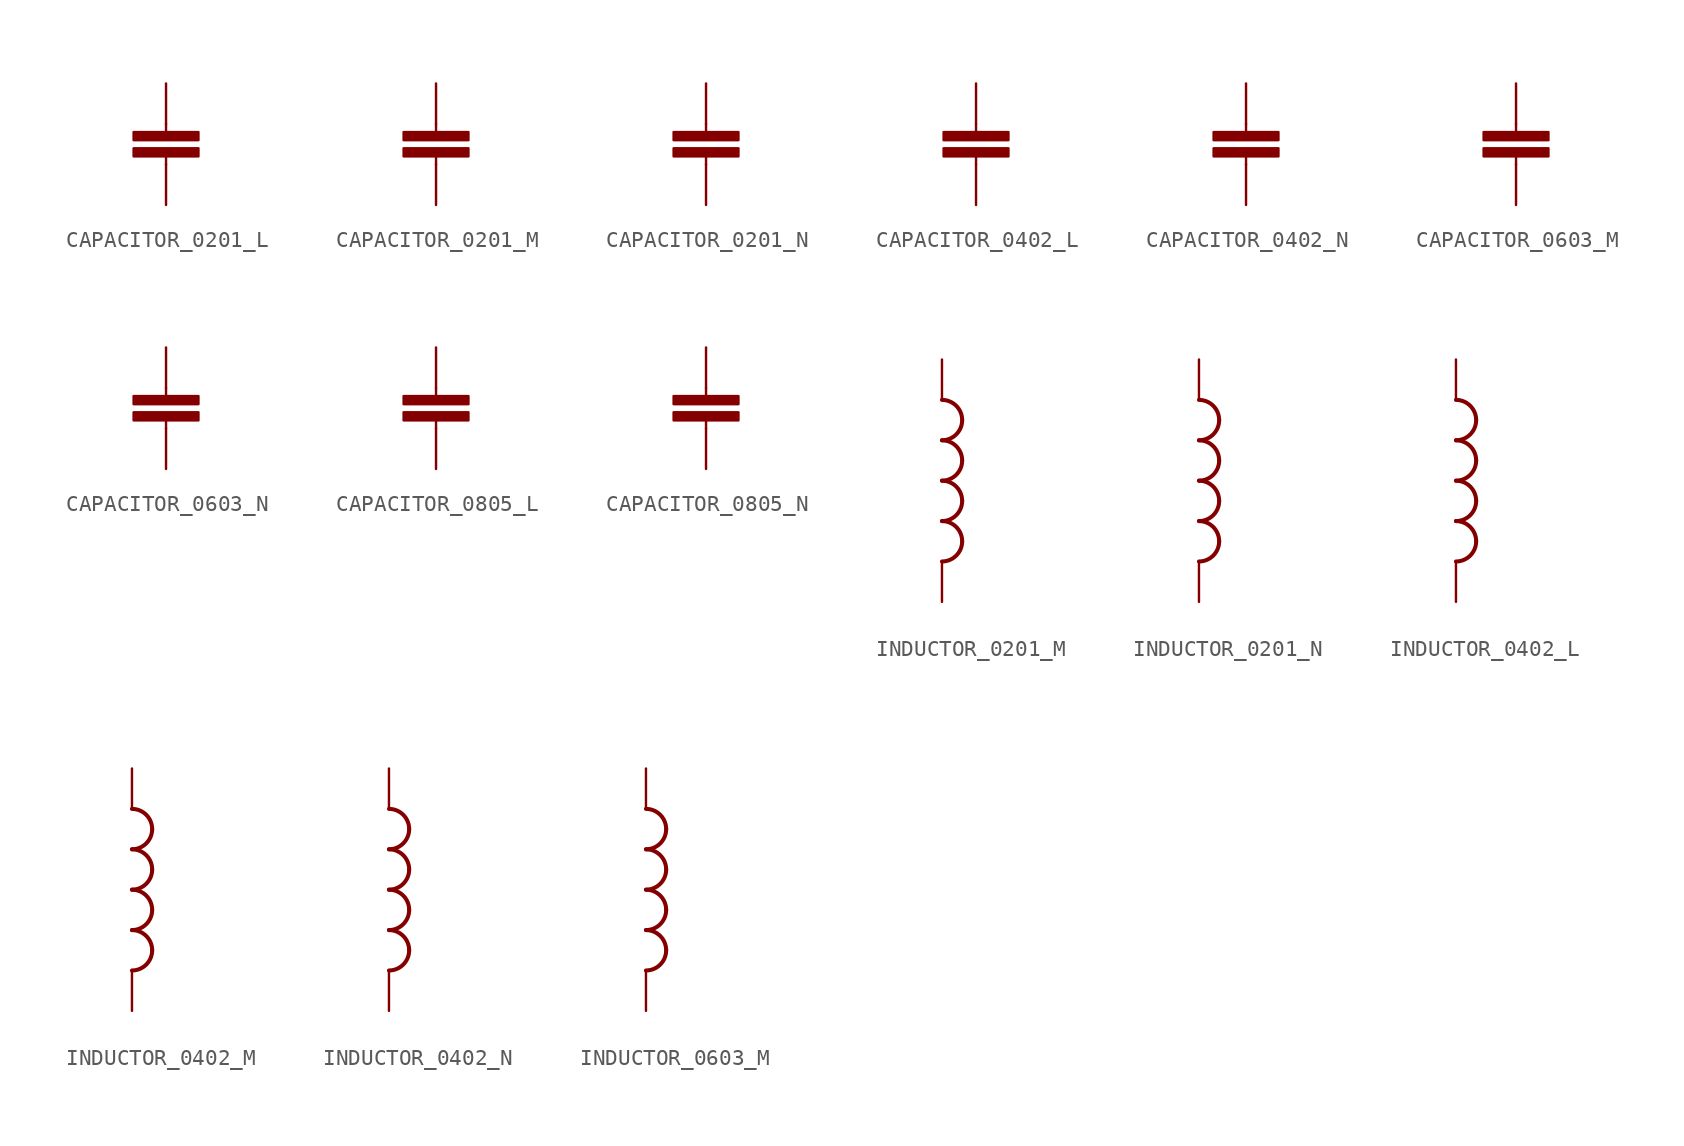
<source format=kicad_sym>
(kicad_symbol_lib
  (version 20220914)
  (generator kicad_symbol_editor)
  (symbol "CAPACITOR_0201_L"
    (property "Reference" ""
      (at 1.524 0.381 0)
      (effects (font (size 1.778 1.511)) (justify left bottom) hide))
    (property "Value" ""
      (at 1.524 -4.699 0)
      (effects (font (size 1.778 1.511)) (justify left bottom)))
    (property "ki_locked" ""
      (at 0 0 0)
      (effects (font (size 1.27 1.27))))
    (symbol "CAPACITOR_0201_L_1_0"
      (rectangle (start -2.032 -2.032) (end 2.032 -1.524) (stroke (width 0) (type default)) (fill (type outline)))
      (rectangle (start -2.032 -1.016) (end 2.032 -0.508) (stroke (width 0) (type default)) (fill (type outline)))
      (polyline (pts (xy 0 -2.54) (xy 0 -2.032)) (stroke (width 0.152) (type solid)) (fill (type none)))
      (polyline (pts (xy 0 0) (xy 0 -0.508)) (stroke (width 0.152) (type solid)) (fill (type none)))
      (pin passive line (at 0 2.54 270) (length 2.54) (name "1" (effects (font (size 0 0)))) (number "1" (effects (font (size 0 0)))))
      (pin passive line (at 0 -5.08 90) (length 2.54) (name "2" (effects (font (size 0 0)))) (number "2" (effects (font (size 0 0)))))))
  (symbol "CAPACITOR_0201_M"
    (property "Reference" ""
      (at 1.524 0.381 0)
      (effects (font (size 1.778 1.511)) (justify left bottom) hide))
    (property "Value" ""
      (at 1.524 -4.699 0)
      (effects (font (size 1.778 1.511)) (justify left bottom)))
    (property "ki_locked" ""
      (at 0 0 0)
      (effects (font (size 1.27 1.27))))
    (symbol "CAPACITOR_0201_M_1_0"
      (rectangle (start -2.032 -2.032) (end 2.032 -1.524) (stroke (width 0) (type default)) (fill (type outline)))
      (rectangle (start -2.032 -1.016) (end 2.032 -0.508) (stroke (width 0) (type default)) (fill (type outline)))
      (polyline (pts (xy 0 -2.54) (xy 0 -2.032)) (stroke (width 0.152) (type solid)) (fill (type none)))
      (polyline (pts (xy 0 0) (xy 0 -0.508)) (stroke (width 0.152) (type solid)) (fill (type none)))
      (pin passive line (at 0 2.54 270) (length 2.54) (name "1" (effects (font (size 0 0)))) (number "1" (effects (font (size 0 0)))))
      (pin passive line (at 0 -5.08 90) (length 2.54) (name "2" (effects (font (size 0 0)))) (number "2" (effects (font (size 0 0)))))))
  (symbol "CAPACITOR_0201_N"
    (property "Reference" ""
      (at 1.524 0.381 0)
      (effects (font (size 1.778 1.511)) (justify left bottom) hide))
    (property "Value" ""
      (at 1.524 -4.699 0)
      (effects (font (size 1.778 1.511)) (justify left bottom)))
    (property "ki_locked" ""
      (at 0 0 0)
      (effects (font (size 1.27 1.27))))
    (symbol "CAPACITOR_0201_N_1_0"
      (rectangle (start -2.032 -2.032) (end 2.032 -1.524) (stroke (width 0) (type default)) (fill (type outline)))
      (rectangle (start -2.032 -1.016) (end 2.032 -0.508) (stroke (width 0) (type default)) (fill (type outline)))
      (polyline (pts (xy 0 -2.54) (xy 0 -2.032)) (stroke (width 0.152) (type solid)) (fill (type none)))
      (polyline (pts (xy 0 0) (xy 0 -0.508)) (stroke (width 0.152) (type solid)) (fill (type none)))
      (pin passive line (at 0 2.54 270) (length 2.54) (name "1" (effects (font (size 0 0)))) (number "1" (effects (font (size 0 0)))))
      (pin passive line (at 0 -5.08 90) (length 2.54) (name "2" (effects (font (size 0 0)))) (number "2" (effects (font (size 0 0)))))))
  (symbol "CAPACITOR_0402_L"
    (property "Reference" ""
      (at 1.524 0.381 0)
      (effects (font (size 1.778 1.511)) (justify left bottom) hide))
    (property "Value" ""
      (at 1.524 -4.699 0)
      (effects (font (size 1.778 1.511)) (justify left bottom)))
    (property "ki_locked" ""
      (at 0 0 0)
      (effects (font (size 1.27 1.27))))
    (symbol "CAPACITOR_0402_L_1_0"
      (rectangle (start -2.032 -2.032) (end 2.032 -1.524) (stroke (width 0) (type default)) (fill (type outline)))
      (rectangle (start -2.032 -1.016) (end 2.032 -0.508) (stroke (width 0) (type default)) (fill (type outline)))
      (polyline (pts (xy 0 -2.54) (xy 0 -2.032)) (stroke (width 0.152) (type solid)) (fill (type none)))
      (polyline (pts (xy 0 0) (xy 0 -0.508)) (stroke (width 0.152) (type solid)) (fill (type none)))
      (pin passive line (at 0 2.54 270) (length 2.54) (name "1" (effects (font (size 0 0)))) (number "1" (effects (font (size 0 0)))))
      (pin passive line (at 0 -5.08 90) (length 2.54) (name "2" (effects (font (size 0 0)))) (number "2" (effects (font (size 0 0)))))))
  (symbol "CAPACITOR_0402_N"
    (property "Reference" ""
      (at 1.524 0.381 0)
      (effects (font (size 1.778 1.511)) (justify left bottom) hide))
    (property "Value" ""
      (at 1.524 -4.699 0)
      (effects (font (size 1.778 1.511)) (justify left bottom)))
    (property "ki_locked" ""
      (at 0 0 0)
      (effects (font (size 1.27 1.27))))
    (symbol "CAPACITOR_0402_N_1_0"
      (rectangle (start -2.032 -2.032) (end 2.032 -1.524) (stroke (width 0) (type default)) (fill (type outline)))
      (rectangle (start -2.032 -1.016) (end 2.032 -0.508) (stroke (width 0) (type default)) (fill (type outline)))
      (polyline (pts (xy 0 -2.54) (xy 0 -2.032)) (stroke (width 0.152) (type solid)) (fill (type none)))
      (polyline (pts (xy 0 0) (xy 0 -0.508)) (stroke (width 0.152) (type solid)) (fill (type none)))
      (pin passive line (at 0 2.54 270) (length 2.54) (name "1" (effects (font (size 0 0)))) (number "1" (effects (font (size 0 0)))))
      (pin passive line (at 0 -5.08 90) (length 2.54) (name "2" (effects (font (size 0 0)))) (number "2" (effects (font (size 0 0)))))))
  (symbol "CAPACITOR_0603_M"
    (property "Reference" ""
      (at 1.524 0.381 0)
      (effects (font (size 1.778 1.511)) (justify left bottom) hide))
    (property "Value" ""
      (at 1.524 -4.699 0)
      (effects (font (size 1.778 1.511)) (justify left bottom)))
    (property "ki_locked" ""
      (at 0 0 0)
      (effects (font (size 1.27 1.27))))
    (symbol "CAPACITOR_0603_M_1_0"
      (rectangle (start -2.032 -2.032) (end 2.032 -1.524) (stroke (width 0) (type default)) (fill (type outline)))
      (rectangle (start -2.032 -1.016) (end 2.032 -0.508) (stroke (width 0) (type default)) (fill (type outline)))
      (polyline (pts (xy 0 -2.54) (xy 0 -2.032)) (stroke (width 0.152) (type solid)) (fill (type none)))
      (polyline (pts (xy 0 0) (xy 0 -0.508)) (stroke (width 0.152) (type solid)) (fill (type none)))
      (pin passive line (at 0 2.54 270) (length 2.54) (name "1" (effects (font (size 0 0)))) (number "1" (effects (font (size 0 0)))))
      (pin passive line (at 0 -5.08 90) (length 2.54) (name "2" (effects (font (size 0 0)))) (number "2" (effects (font (size 0 0)))))))
  (symbol "CAPACITOR_0603_N"
    (property "Reference" ""
      (at 1.524 0.381 0)
      (effects (font (size 1.778 1.511)) (justify left bottom) hide))
    (property "Value" ""
      (at 1.524 -4.699 0)
      (effects (font (size 1.778 1.511)) (justify left bottom)))
    (property "ki_locked" ""
      (at 0 0 0)
      (effects (font (size 1.27 1.27))))
    (symbol "CAPACITOR_0603_N_1_0"
      (rectangle (start -2.032 -2.032) (end 2.032 -1.524) (stroke (width 0) (type default)) (fill (type outline)))
      (rectangle (start -2.032 -1.016) (end 2.032 -0.508) (stroke (width 0) (type default)) (fill (type outline)))
      (polyline (pts (xy 0 -2.54) (xy 0 -2.032)) (stroke (width 0.152) (type solid)) (fill (type none)))
      (polyline (pts (xy 0 0) (xy 0 -0.508)) (stroke (width 0.152) (type solid)) (fill (type none)))
      (pin passive line (at 0 2.54 270) (length 2.54) (name "1" (effects (font (size 0 0)))) (number "1" (effects (font (size 0 0)))))
      (pin passive line (at 0 -5.08 90) (length 2.54) (name "2" (effects (font (size 0 0)))) (number "2" (effects (font (size 0 0)))))))
  (symbol "CAPACITOR_0805_L"
    (property "Reference" ""
      (at 1.524 0.381 0)
      (effects (font (size 1.778 1.511)) (justify left bottom) hide))
    (property "Value" ""
      (at 1.524 -4.699 0)
      (effects (font (size 1.778 1.511)) (justify left bottom)))
    (property "ki_locked" ""
      (at 0 0 0)
      (effects (font (size 1.27 1.27))))
    (symbol "CAPACITOR_0805_L_1_0"
      (rectangle (start -2.032 -2.032) (end 2.032 -1.524) (stroke (width 0) (type default)) (fill (type outline)))
      (rectangle (start -2.032 -1.016) (end 2.032 -0.508) (stroke (width 0) (type default)) (fill (type outline)))
      (polyline (pts (xy 0 -2.54) (xy 0 -2.032)) (stroke (width 0.152) (type solid)) (fill (type none)))
      (polyline (pts (xy 0 0) (xy 0 -0.508)) (stroke (width 0.152) (type solid)) (fill (type none)))
      (pin passive line (at 0 2.54 270) (length 2.54) (name "1" (effects (font (size 0 0)))) (number "1" (effects (font (size 0 0)))))
      (pin passive line (at 0 -5.08 90) (length 2.54) (name "2" (effects (font (size 0 0)))) (number "2" (effects (font (size 0 0)))))))
  (symbol "CAPACITOR_0805_N"
    (property "Reference" ""
      (at 1.524 0.381 0)
      (effects (font (size 1.778 1.511)) (justify left bottom) hide))
    (property "Value" ""
      (at 1.524 -4.699 0)
      (effects (font (size 1.778 1.511)) (justify left bottom)))
    (property "ki_locked" ""
      (at 0 0 0)
      (effects (font (size 1.27 1.27))))
    (symbol "CAPACITOR_0805_N_1_0"
      (rectangle (start -2.032 -2.032) (end 2.032 -1.524) (stroke (width 0) (type default)) (fill (type outline)))
      (rectangle (start -2.032 -1.016) (end 2.032 -0.508) (stroke (width 0) (type default)) (fill (type outline)))
      (polyline (pts (xy 0 -2.54) (xy 0 -2.032)) (stroke (width 0.152) (type solid)) (fill (type none)))
      (polyline (pts (xy 0 0) (xy 0 -0.508)) (stroke (width 0.152) (type solid)) (fill (type none)))
      (pin passive line (at 0 2.54 270) (length 2.54) (name "1" (effects (font (size 0 0)))) (number "1" (effects (font (size 0 0)))))
      (pin passive line (at 0 -5.08 90) (length 2.54) (name "2" (effects (font (size 0 0)))) (number "2" (effects (font (size 0 0)))))))
  (symbol "INDUCTOR_0201_M"
    (property "Reference" ""
      (at -1.27 -5.08 90)
      (effects (font (size 1.778 1.511)) (justify left bottom) hide))
    (property "Value" ""
      (at 3.81 -5.08 90)
      (effects (font (size 1.778 1.511)) (justify left bottom)))
    (property "ki_locked" ""
      (at 0 0 0)
      (effects (font (size 1.27 1.27))))
    (symbol "INDUCTOR_0201_M_1_0"
      (arc (start 0 -5.08) (mid 0.898 -4.708) (end 1.27 -3.81) (stroke (width 0.254) (type solid)) (fill (type none)))
      (arc (start 0 -2.54) (mid 0.898 -2.168) (end 1.27 -1.27) (stroke (width 0.254) (type solid)) (fill (type none)))
      (arc (start 0 0) (mid 0.898 0.372) (end 1.27 1.27) (stroke (width 0.254) (type solid)) (fill (type none)))
      (arc (start 0 2.54) (mid 0.898 2.912) (end 1.27 3.81) (stroke (width 0.254) (type solid)) (fill (type none)))
      (arc (start 1.27 -3.81) (mid 0.898 -2.912) (end 0 -2.54) (stroke (width 0.254) (type solid)) (fill (type none)))
      (arc (start 1.27 -1.27) (mid 0.898 -0.372) (end 0 0) (stroke (width 0.254) (type solid)) (fill (type none)))
      (arc (start 1.27 1.27) (mid 0.898 2.168) (end 0 2.54) (stroke (width 0.254) (type solid)) (fill (type none)))
      (arc (start 1.27 3.81) (mid 0.898 4.708) (end 0 5.08) (stroke (width 0.254) (type solid)) (fill (type none)))
      (pin passive line (at 0 7.62 270) (length 2.54) (name "1" (effects (font (size 0 0)))) (number "1" (effects (font (size 0 0)))))
      (pin passive line (at 0 -7.62 90) (length 2.54) (name "2" (effects (font (size 0 0)))) (number "2" (effects (font (size 0 0)))))))
  (symbol "INDUCTOR_0201_N"
    (property "Reference" ""
      (at -1.27 -5.08 90)
      (effects (font (size 1.778 1.511)) (justify left bottom) hide))
    (property "Value" ""
      (at 3.81 -5.08 90)
      (effects (font (size 1.778 1.511)) (justify left bottom)))
    (property "ki_locked" ""
      (at 0 0 0)
      (effects (font (size 1.27 1.27))))
    (symbol "INDUCTOR_0201_N_1_0"
      (arc (start 0 -5.08) (mid 0.898 -4.708) (end 1.27 -3.81) (stroke (width 0.254) (type solid)) (fill (type none)))
      (arc (start 0 -2.54) (mid 0.898 -2.168) (end 1.27 -1.27) (stroke (width 0.254) (type solid)) (fill (type none)))
      (arc (start 0 0) (mid 0.898 0.372) (end 1.27 1.27) (stroke (width 0.254) (type solid)) (fill (type none)))
      (arc (start 0 2.54) (mid 0.898 2.912) (end 1.27 3.81) (stroke (width 0.254) (type solid)) (fill (type none)))
      (arc (start 1.27 -3.81) (mid 0.898 -2.912) (end 0 -2.54) (stroke (width 0.254) (type solid)) (fill (type none)))
      (arc (start 1.27 -1.27) (mid 0.898 -0.372) (end 0 0) (stroke (width 0.254) (type solid)) (fill (type none)))
      (arc (start 1.27 1.27) (mid 0.898 2.168) (end 0 2.54) (stroke (width 0.254) (type solid)) (fill (type none)))
      (arc (start 1.27 3.81) (mid 0.898 4.708) (end 0 5.08) (stroke (width 0.254) (type solid)) (fill (type none)))
      (pin passive line (at 0 7.62 270) (length 2.54) (name "1" (effects (font (size 0 0)))) (number "1" (effects (font (size 0 0)))))
      (pin passive line (at 0 -7.62 90) (length 2.54) (name "2" (effects (font (size 0 0)))) (number "2" (effects (font (size 0 0)))))))
  (symbol "INDUCTOR_0402_L"
    (property "Reference" ""
      (at -1.27 -5.08 90)
      (effects (font (size 1.778 1.511)) (justify left bottom) hide))
    (property "Value" ""
      (at 3.81 -5.08 90)
      (effects (font (size 1.778 1.511)) (justify left bottom)))
    (property "ki_locked" ""
      (at 0 0 0)
      (effects (font (size 1.27 1.27))))
    (symbol "INDUCTOR_0402_L_1_0"
      (arc (start 0 -5.08) (mid 0.898 -4.708) (end 1.27 -3.81) (stroke (width 0.254) (type solid)) (fill (type none)))
      (arc (start 0 -2.54) (mid 0.898 -2.168) (end 1.27 -1.27) (stroke (width 0.254) (type solid)) (fill (type none)))
      (arc (start 0 0) (mid 0.898 0.372) (end 1.27 1.27) (stroke (width 0.254) (type solid)) (fill (type none)))
      (arc (start 0 2.54) (mid 0.898 2.912) (end 1.27 3.81) (stroke (width 0.254) (type solid)) (fill (type none)))
      (arc (start 1.27 -3.81) (mid 0.898 -2.912) (end 0 -2.54) (stroke (width 0.254) (type solid)) (fill (type none)))
      (arc (start 1.27 -1.27) (mid 0.898 -0.372) (end 0 0) (stroke (width 0.254) (type solid)) (fill (type none)))
      (arc (start 1.27 1.27) (mid 0.898 2.168) (end 0 2.54) (stroke (width 0.254) (type solid)) (fill (type none)))
      (arc (start 1.27 3.81) (mid 0.898 4.708) (end 0 5.08) (stroke (width 0.254) (type solid)) (fill (type none)))
      (pin passive line (at 0 7.62 270) (length 2.54) (name "1" (effects (font (size 0 0)))) (number "1" (effects (font (size 0 0)))))
      (pin passive line (at 0 -7.62 90) (length 2.54) (name "2" (effects (font (size 0 0)))) (number "2" (effects (font (size 0 0)))))))
  (symbol "INDUCTOR_0402_M"
    (property "Reference" ""
      (at -1.27 -5.08 90)
      (effects (font (size 1.778 1.511)) (justify left bottom) hide))
    (property "Value" ""
      (at 3.81 -5.08 90)
      (effects (font (size 1.778 1.511)) (justify left bottom)))
    (property "ki_locked" ""
      (at 0 0 0)
      (effects (font (size 1.27 1.27))))
    (symbol "INDUCTOR_0402_M_1_0"
      (arc (start 0 -5.08) (mid 0.898 -4.708) (end 1.27 -3.81) (stroke (width 0.254) (type solid)) (fill (type none)))
      (arc (start 0 -2.54) (mid 0.898 -2.168) (end 1.27 -1.27) (stroke (width 0.254) (type solid)) (fill (type none)))
      (arc (start 0 0) (mid 0.898 0.372) (end 1.27 1.27) (stroke (width 0.254) (type solid)) (fill (type none)))
      (arc (start 0 2.54) (mid 0.898 2.912) (end 1.27 3.81) (stroke (width 0.254) (type solid)) (fill (type none)))
      (arc (start 1.27 -3.81) (mid 0.898 -2.912) (end 0 -2.54) (stroke (width 0.254) (type solid)) (fill (type none)))
      (arc (start 1.27 -1.27) (mid 0.898 -0.372) (end 0 0) (stroke (width 0.254) (type solid)) (fill (type none)))
      (arc (start 1.27 1.27) (mid 0.898 2.168) (end 0 2.54) (stroke (width 0.254) (type solid)) (fill (type none)))
      (arc (start 1.27 3.81) (mid 0.898 4.708) (end 0 5.08) (stroke (width 0.254) (type solid)) (fill (type none)))
      (pin passive line (at 0 7.62 270) (length 2.54) (name "1" (effects (font (size 0 0)))) (number "1" (effects (font (size 0 0)))))
      (pin passive line (at 0 -7.62 90) (length 2.54) (name "2" (effects (font (size 0 0)))) (number "2" (effects (font (size 0 0)))))))
  (symbol "INDUCTOR_0402_N"
    (property "Reference" ""
      (at -1.27 -5.08 90)
      (effects (font (size 1.778 1.511)) (justify left bottom) hide))
    (property "Value" ""
      (at 3.81 -5.08 90)
      (effects (font (size 1.778 1.511)) (justify left bottom)))
    (property "ki_locked" ""
      (at 0 0 0)
      (effects (font (size 1.27 1.27))))
    (symbol "INDUCTOR_0402_N_1_0"
      (arc (start 0 -5.08) (mid 0.898 -4.708) (end 1.27 -3.81) (stroke (width 0.254) (type solid)) (fill (type none)))
      (arc (start 0 -2.54) (mid 0.898 -2.168) (end 1.27 -1.27) (stroke (width 0.254) (type solid)) (fill (type none)))
      (arc (start 0 0) (mid 0.898 0.372) (end 1.27 1.27) (stroke (width 0.254) (type solid)) (fill (type none)))
      (arc (start 0 2.54) (mid 0.898 2.912) (end 1.27 3.81) (stroke (width 0.254) (type solid)) (fill (type none)))
      (arc (start 1.27 -3.81) (mid 0.898 -2.912) (end 0 -2.54) (stroke (width 0.254) (type solid)) (fill (type none)))
      (arc (start 1.27 -1.27) (mid 0.898 -0.372) (end 0 0) (stroke (width 0.254) (type solid)) (fill (type none)))
      (arc (start 1.27 1.27) (mid 0.898 2.168) (end 0 2.54) (stroke (width 0.254) (type solid)) (fill (type none)))
      (arc (start 1.27 3.81) (mid 0.898 4.708) (end 0 5.08) (stroke (width 0.254) (type solid)) (fill (type none)))
      (pin passive line (at 0 7.62 270) (length 2.54) (name "1" (effects (font (size 0 0)))) (number "1" (effects (font (size 0 0)))))
      (pin passive line (at 0 -7.62 90) (length 2.54) (name "2" (effects (font (size 0 0)))) (number "2" (effects (font (size 0 0)))))))
  (symbol "INDUCTOR_0603_M"
    (property "Reference" ""
      (at -1.27 -5.08 90)
      (effects (font (size 1.778 1.511)) (justify left bottom) hide))
    (property "Value" ""
      (at 3.81 -5.08 90)
      (effects (font (size 1.778 1.511)) (justify left bottom)))
    (property "ki_locked" ""
      (at 0 0 0)
      (effects (font (size 1.27 1.27))))
    (symbol "INDUCTOR_0603_M_1_0"
      (arc (start 0 -5.08) (mid 0.898 -4.708) (end 1.27 -3.81) (stroke (width 0.254) (type solid)) (fill (type none)))
      (arc (start 0 -2.54) (mid 0.898 -2.168) (end 1.27 -1.27) (stroke (width 0.254) (type solid)) (fill (type none)))
      (arc (start 0 0) (mid 0.898 0.372) (end 1.27 1.27) (stroke (width 0.254) (type solid)) (fill (type none)))
      (arc (start 0 2.54) (mid 0.898 2.912) (end 1.27 3.81) (stroke (width 0.254) (type solid)) (fill (type none)))
      (arc (start 1.27 -3.81) (mid 0.898 -2.912) (end 0 -2.54) (stroke (width 0.254) (type solid)) (fill (type none)))
      (arc (start 1.27 -1.27) (mid 0.898 -0.372) (end 0 0) (stroke (width 0.254) (type solid)) (fill (type none)))
      (arc (start 1.27 1.27) (mid 0.898 2.168) (end 0 2.54) (stroke (width 0.254) (type solid)) (fill (type none)))
      (arc (start 1.27 3.81) (mid 0.898 4.708) (end 0 5.08) (stroke (width 0.254) (type solid)) (fill (type none)))
      (pin passive line (at 0 7.62 270) (length 2.54) (name "1" (effects (font (size 0 0)))) (number "1" (effects (font (size 0 0)))))
      (pin passive line (at 0 -7.62 90) (length 2.54) (name "2" (effects (font (size 0 0)))) (number "2" (effects (font (size 0 0))))))))
</source>
